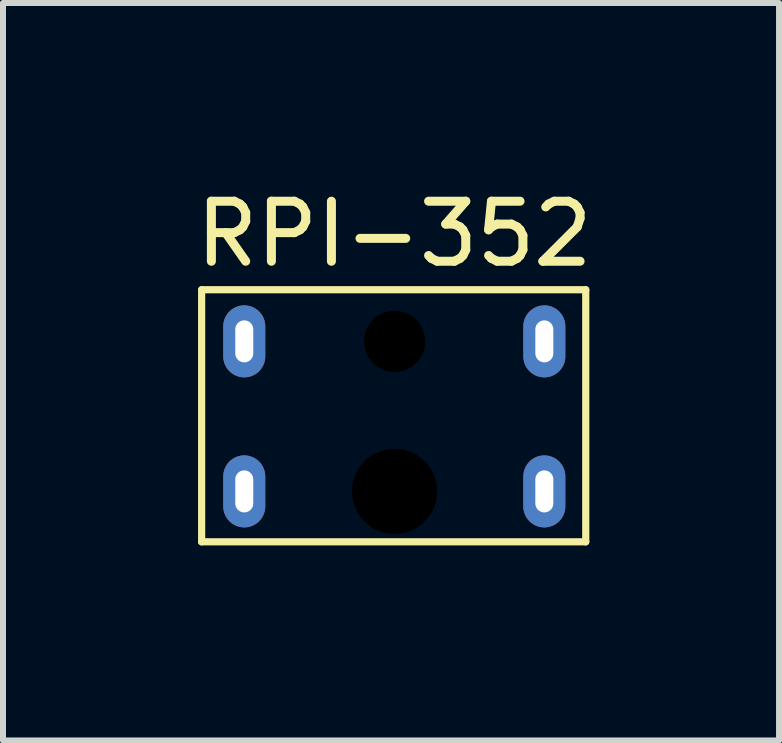
<source format=kicad_pcb>
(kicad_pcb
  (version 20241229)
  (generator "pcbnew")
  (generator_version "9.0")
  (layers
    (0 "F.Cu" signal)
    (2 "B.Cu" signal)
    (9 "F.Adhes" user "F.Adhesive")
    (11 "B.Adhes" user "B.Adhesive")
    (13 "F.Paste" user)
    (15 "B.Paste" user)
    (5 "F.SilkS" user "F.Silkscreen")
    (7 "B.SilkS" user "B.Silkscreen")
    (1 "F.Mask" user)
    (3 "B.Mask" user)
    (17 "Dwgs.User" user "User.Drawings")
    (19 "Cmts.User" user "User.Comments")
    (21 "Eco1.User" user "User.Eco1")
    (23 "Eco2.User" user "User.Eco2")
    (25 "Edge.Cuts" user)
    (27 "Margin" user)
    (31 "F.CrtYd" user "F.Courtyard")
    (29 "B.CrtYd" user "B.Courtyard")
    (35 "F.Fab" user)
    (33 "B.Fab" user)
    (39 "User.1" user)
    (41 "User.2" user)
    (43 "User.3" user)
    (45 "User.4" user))
  (footprint "RPI-352"
    (layer "F.Cu")
    (at 0.25 6.038)
    (property "Reference" "RPI-352" (at 3.27 -5.19 0) (unlocked yes) (layer "F.SilkS") (effects (font (size 1 1) (thickness 0.15))))
    (attr through_hole)
    (fp_line (start 0.06 -4.26) (end 6.46 -4.26) (stroke (width 0.12) (type solid)) (layer "F.SilkS"))
    (fp_line (start 0.06 -0.06) (end 0.06 -4.26) (stroke (width 0.12) (type solid)) (layer "F.SilkS"))
    (fp_line (start 6.46 -4.26) (end 6.46 -0.06) (stroke (width 0.12) (type solid)) (layer "F.SilkS"))
    (fp_line (start 6.46 -0.06) (end 0.06 -0.06) (stroke (width 0.12) (type solid)) (layer "F.SilkS"))
    (pad "" np_thru_hole circle (at 3.275 -3.4) (size 1.02 1.02) (drill 1.02) (layers "*.Mask"))
    (pad "" np_thru_hole circle (at 3.275 -0.9) (size 1.42 1.42) (drill 1.42) (layers "*.Mask"))
    (pad "1" thru_hole oval (at 0.77 -3.4) (size 0.7 1.2) (drill oval 0.3 0.7) (layers "*.Cu" "*.Mask"))
    (pad "2" thru_hole oval (at 0.77 -0.9) (size 0.7 1.2) (drill oval 0.3 0.7) (layers "*.Cu" "*.Mask"))
    (pad "3" thru_hole oval (at 5.77 -0.9) (size 0.7 1.2) (drill oval 0.3 0.7) (layers "*.Cu" "*.Mask"))
    (pad "4" thru_hole oval (at 5.77 -3.4) (size 0.7 1.2) (drill oval 0.3 0.7) (layers "*.Cu" "*.Mask")))
  (gr_rect
    (start -3 -3)
    (end 9.931 9.288)
    (stroke (width 0.1) (type default))
    (fill no)
    (layer "Edge.Cuts")))
</source>
